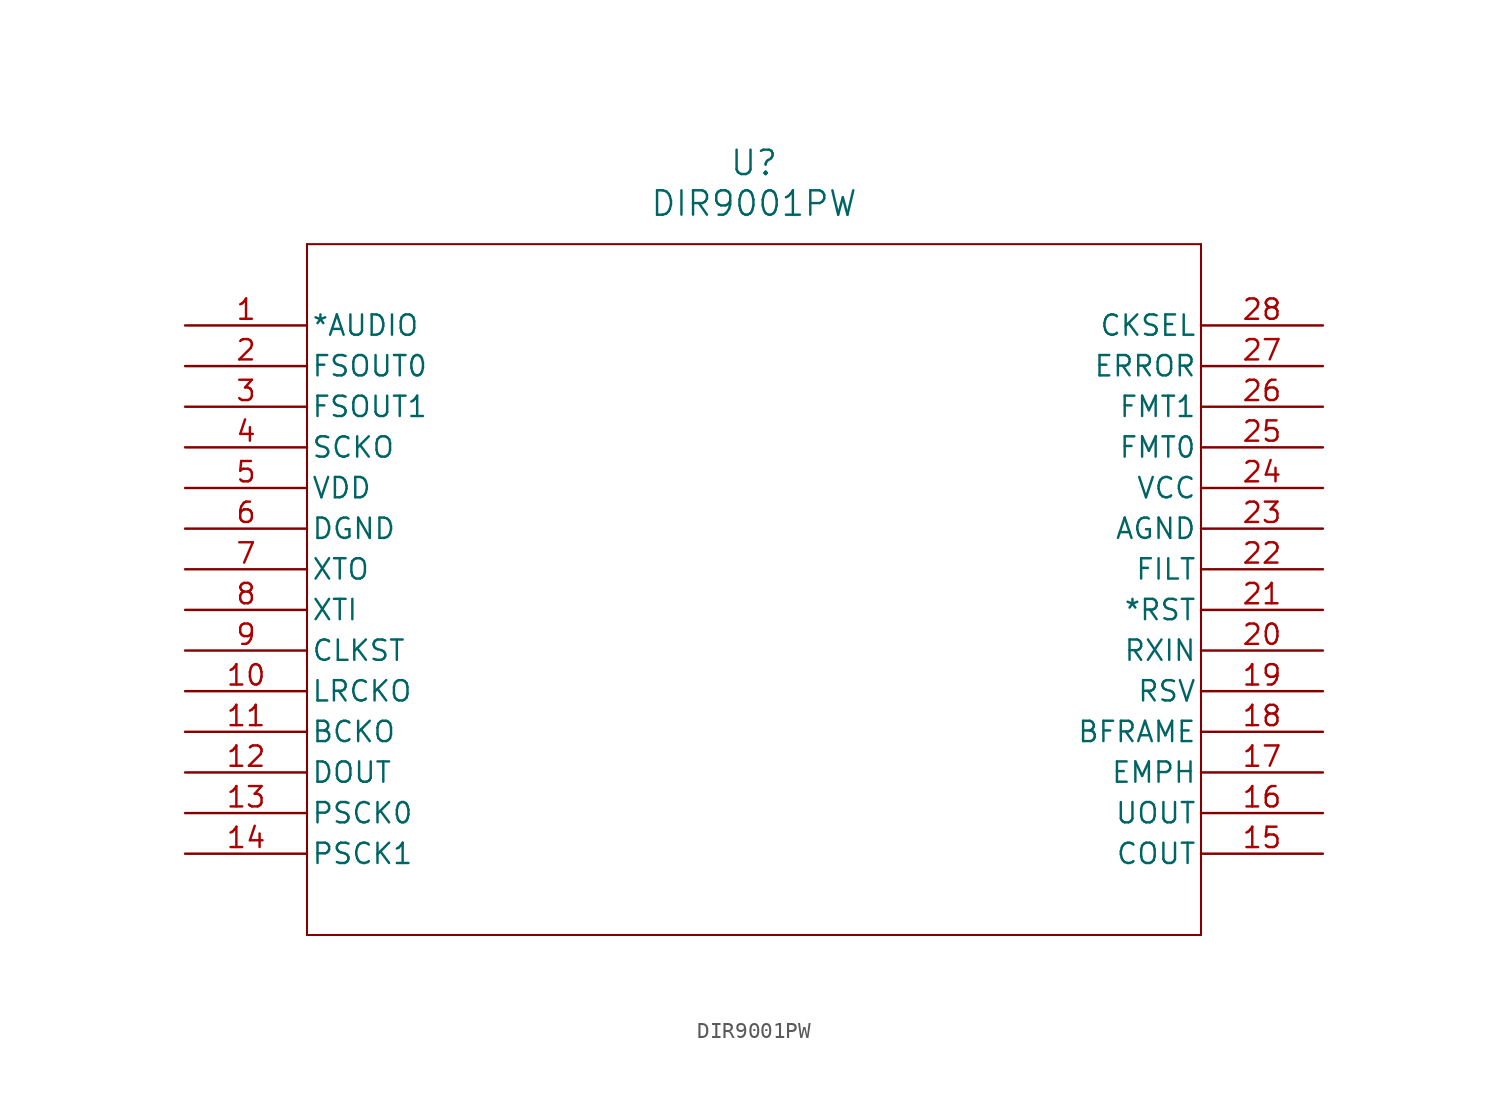
<source format=kicad_sym>
(kicad_symbol_lib
  (version 20211014)
  (generator kicad_symbol_editor)
  (symbol "DIR9001PW"
    (pin_names
      (offset 0.254))
    (property "Reference" "U"
      (at 35.56 10.16 0)
      (effects (font (size 1.524 1.524))))
    (property "Value" "DIR9001PW"
      (at 35.56 7.62 0)
      (effects (font (size 1.524 1.524))))
    (symbol "DIR9001PW_0_1"
      (polyline (pts (xy 7.62 5.08) (xy 7.62 -38.1)) (stroke (width 0.127) (type default) (color 0 0 0 0)) (fill (type none)))
      (polyline (pts (xy 7.62 -38.1) (xy 63.5 -38.1)) (stroke (width 0.127) (type default) (color 0 0 0 0)) (fill (type none)))
      (polyline (pts (xy 63.5 -38.1) (xy 63.5 5.08)) (stroke (width 0.127) (type default) (color 0 0 0 0)) (fill (type none)))
      (polyline (pts (xy 63.5 5.08) (xy 7.62 5.08)) (stroke (width 0.127) (type default) (color 0 0 0 0)) (fill (type none)))
      (pin output line (at 0 0 0) (length 7.62) (name "*AUDIO" (effects (font (size 1.27 1.27)))) (number "1" (effects (font (size 1.27 1.27)))))
      (pin output line (at 0 -2.54 0) (length 7.62) (name "FSOUT0" (effects (font (size 1.27 1.27)))) (number "2" (effects (font (size 1.27 1.27)))))
      (pin output line (at 0 -5.08 0) (length 7.62) (name "FSOUT1" (effects (font (size 1.27 1.27)))) (number "3" (effects (font (size 1.27 1.27)))))
      (pin output line (at 0 -7.62 0) (length 7.62) (name "SCKO" (effects (font (size 1.27 1.27)))) (number "4" (effects (font (size 1.27 1.27)))))
      (pin power_in line (at 0 -10.16 0) (length 7.62) (name "VDD" (effects (font (size 1.27 1.27)))) (number "5" (effects (font (size 1.27 1.27)))))
      (pin power_in line (at 0 -12.7 0) (length 7.62) (name "DGND" (effects (font (size 1.27 1.27)))) (number "6" (effects (font (size 1.27 1.27)))))
      (pin output line (at 0 -15.24 0) (length 7.62) (name "XTO" (effects (font (size 1.27 1.27)))) (number "7" (effects (font (size 1.27 1.27)))))
      (pin input line (at 0 -17.78 0) (length 7.62) (name "XTI" (effects (font (size 1.27 1.27)))) (number "8" (effects (font (size 1.27 1.27)))))
      (pin output line (at 0 -20.32 0) (length 7.62) (name "CLKST" (effects (font (size 1.27 1.27)))) (number "9" (effects (font (size 1.27 1.27)))))
      (pin output line (at 0 -22.86 0) (length 7.62) (name "LRCKO" (effects (font (size 1.27 1.27)))) (number "10" (effects (font (size 1.27 1.27)))))
      (pin output line (at 0 -25.4 0) (length 7.62) (name "BCKO" (effects (font (size 1.27 1.27)))) (number "11" (effects (font (size 1.27 1.27)))))
      (pin output line (at 0 -27.94 0) (length 7.62) (name "DOUT" (effects (font (size 1.27 1.27)))) (number "12" (effects (font (size 1.27 1.27)))))
      (pin input line (at 0 -30.48 0) (length 7.62) (name "PSCK0" (effects (font (size 1.27 1.27)))) (number "13" (effects (font (size 1.27 1.27)))))
      (pin input line (at 0 -33.02 0) (length 7.62) (name "PSCK1" (effects (font (size 1.27 1.27)))) (number "14" (effects (font (size 1.27 1.27)))))
      (pin output line (at 71.12 -33.02 180) (length 7.62) (name "COUT" (effects (font (size 1.27 1.27)))) (number "15" (effects (font (size 1.27 1.27)))))
      (pin output line (at 71.12 -30.48 180) (length 7.62) (name "UOUT" (effects (font (size 1.27 1.27)))) (number "16" (effects (font (size 1.27 1.27)))))
      (pin output line (at 71.12 -27.94 180) (length 7.62) (name "EMPH" (effects (font (size 1.27 1.27)))) (number "17" (effects (font (size 1.27 1.27)))))
      (pin output line (at 71.12 -25.4 180) (length 7.62) (name "BFRAME" (effects (font (size 1.27 1.27)))) (number "18" (effects (font (size 1.27 1.27)))))
      (pin input line (at 71.12 -22.86 180) (length 7.62) (name "RSV" (effects (font (size 1.27 1.27)))) (number "19" (effects (font (size 1.27 1.27)))))
      (pin input line (at 71.12 -20.32 180) (length 7.62) (name "RXIN" (effects (font (size 1.27 1.27)))) (number "20" (effects (font (size 1.27 1.27)))))
      (pin input line (at 71.12 -17.78 180) (length 7.62) (name "*RST" (effects (font (size 1.27 1.27)))) (number "21" (effects (font (size 1.27 1.27)))))
      (pin unspecified line (at 71.12 -15.24 180) (length 7.62) (name "FILT" (effects (font (size 1.27 1.27)))) (number "22" (effects (font (size 1.27 1.27)))))
      (pin power_in line (at 71.12 -12.7 180) (length 7.62) (name "AGND" (effects (font (size 1.27 1.27)))) (number "23" (effects (font (size 1.27 1.27)))))
      (pin power_in line (at 71.12 -10.16 180) (length 7.62) (name "VCC" (effects (font (size 1.27 1.27)))) (number "24" (effects (font (size 1.27 1.27)))))
      (pin input line (at 71.12 -7.62 180) (length 7.62) (name "FMT0" (effects (font (size 1.27 1.27)))) (number "25" (effects (font (size 1.27 1.27)))))
      (pin input line (at 71.12 -5.08 180) (length 7.62) (name "FMT1" (effects (font (size 1.27 1.27)))) (number "26" (effects (font (size 1.27 1.27)))))
      (pin output line (at 71.12 -2.54 180) (length 7.62) (name "ERROR" (effects (font (size 1.27 1.27)))) (number "27" (effects (font (size 1.27 1.27)))))
      (pin input line (at 71.12 0 180) (length 7.62) (name "CKSEL" (effects (font (size 1.27 1.27)))) (number "28" (effects (font (size 1.27 1.27))))))))
</source>
